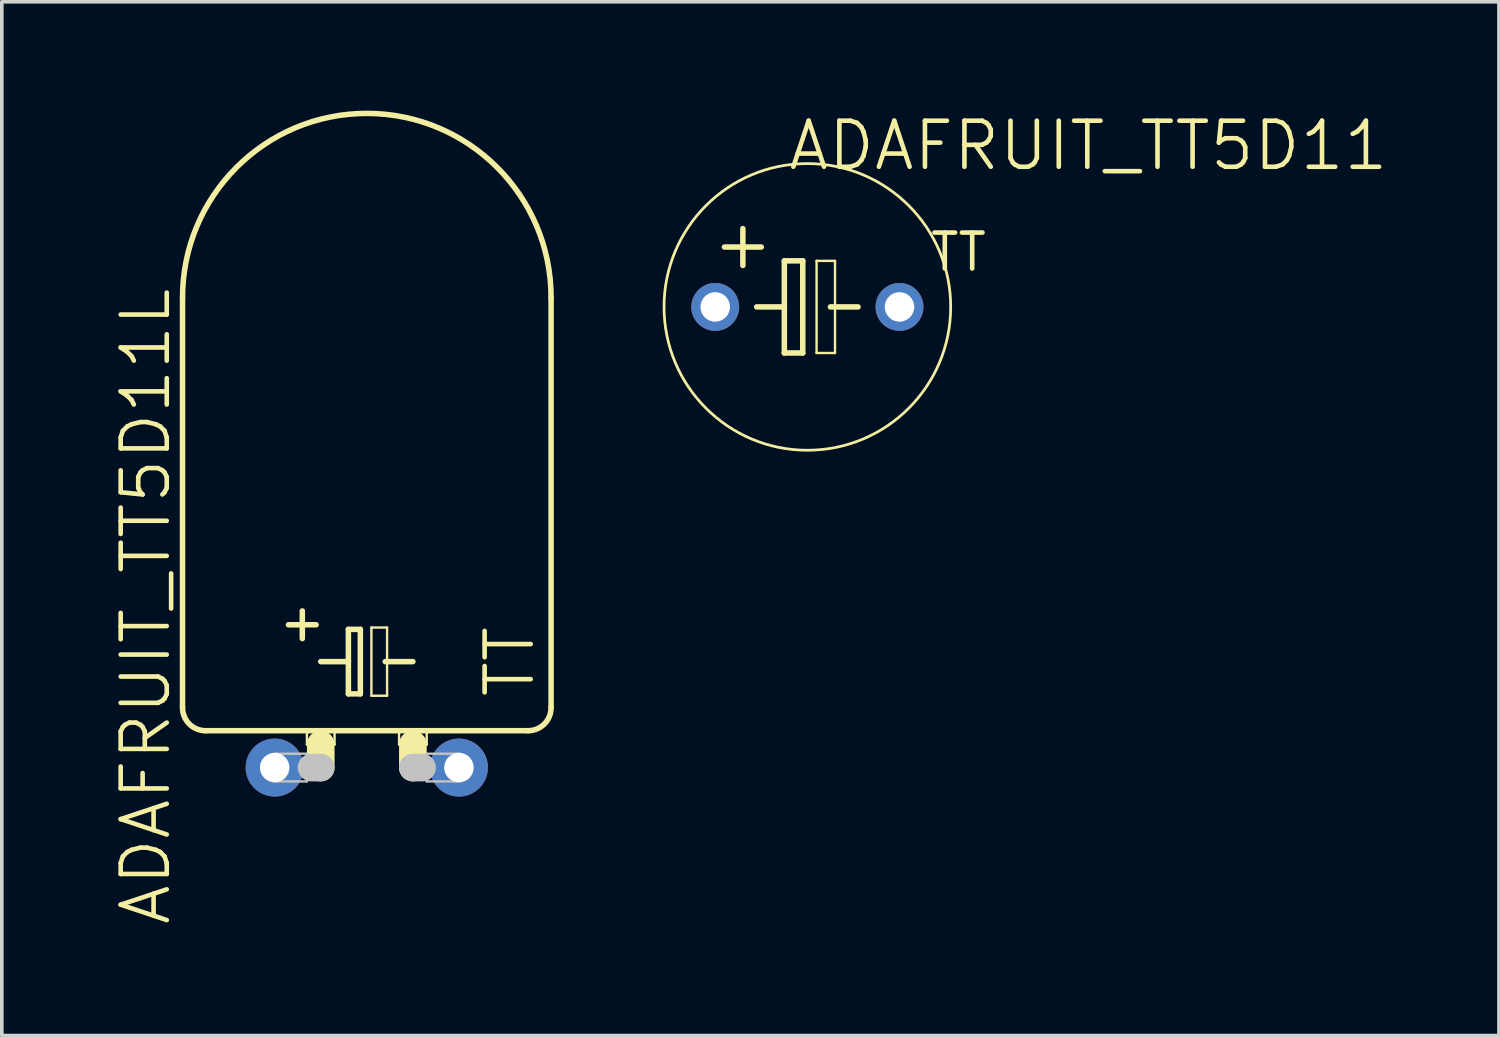
<source format=kicad_pcb>
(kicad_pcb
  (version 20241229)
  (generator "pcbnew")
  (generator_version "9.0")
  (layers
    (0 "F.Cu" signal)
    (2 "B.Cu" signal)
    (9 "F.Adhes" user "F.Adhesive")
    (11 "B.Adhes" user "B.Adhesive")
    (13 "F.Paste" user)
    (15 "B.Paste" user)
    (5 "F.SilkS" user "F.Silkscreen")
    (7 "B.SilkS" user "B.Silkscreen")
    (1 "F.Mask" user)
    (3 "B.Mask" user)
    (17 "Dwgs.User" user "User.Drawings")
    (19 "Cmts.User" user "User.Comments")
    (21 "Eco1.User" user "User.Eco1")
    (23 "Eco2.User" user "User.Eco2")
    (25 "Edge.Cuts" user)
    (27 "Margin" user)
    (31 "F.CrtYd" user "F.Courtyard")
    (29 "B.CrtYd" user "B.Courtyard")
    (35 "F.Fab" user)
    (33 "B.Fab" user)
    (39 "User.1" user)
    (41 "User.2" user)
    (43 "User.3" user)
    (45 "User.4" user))
  (footprint "ADAFRUIT_TT5D11L"
    (layer "F.Cu")
    (at 7.062 18.11)
    (property "Reference" "ADAFRUIT_TT5D11L" (at -6.096 -4.445 90) (layer "F.SilkS") (effects (font (size 1.27 1.27) (thickness 0.127))))
    (attr exclude_from_pos_files exclude_from_bom)
    (fp_line (start -5.08 -12.954) (end -5.08 -1.651) (stroke (width 0.152) (type solid)) (layer "F.SilkS"))
    (fp_line (start -4.445 -1.016) (end 4.445 -1.016) (stroke (width 0.152) (type solid)) (layer "F.SilkS"))
    (fp_line (start -2.159 -3.937) (end -1.397 -3.937) (stroke (width 0.152) (type solid)) (layer "F.SilkS"))
    (fp_line (start -1.778 -4.318) (end -1.778 -3.556) (stroke (width 0.152) (type solid)) (layer "F.SilkS"))
    (fp_line (start -1.651 -1.016) (end -0.889 -1.016) (stroke (width 0.066) (type solid)) (layer "F.SilkS"))
    (fp_line (start -1.651 -0.635) (end -1.651 -1.016) (stroke (width 0.066) (type solid)) (layer "F.SilkS"))
    (fp_line (start -1.651 -0.635) (end -0.889 -0.635) (stroke (width 0.066) (type solid)) (layer "F.SilkS"))
    (fp_line (start -1.27 -2.921) (end -0.508 -2.921) (stroke (width 0.152) (type solid)) (layer "F.SilkS"))
    (fp_line (start -1.27 -0.635) (end -1.27 0) (stroke (width 0.762) (type solid)) (layer "F.SilkS"))
    (fp_line (start -0.889 -0.635) (end -0.889 -1.016) (stroke (width 0.066) (type solid)) (layer "F.SilkS"))
    (fp_line (start -0.508 -3.81) (end -0.508 -2.921) (stroke (width 0.152) (type solid)) (layer "F.SilkS"))
    (fp_line (start -0.508 -2.921) (end -0.508 -2.032) (stroke (width 0.152) (type solid)) (layer "F.SilkS"))
    (fp_line (start -0.508 -2.032) (end -0.178 -2.032) (stroke (width 0.152) (type solid)) (layer "F.SilkS"))
    (fp_line (start -0.178 -3.81) (end -0.508 -3.81) (stroke (width 0.152) (type solid)) (layer "F.SilkS"))
    (fp_line (start -0.178 -2.032) (end -0.178 -3.81) (stroke (width 0.152) (type solid)) (layer "F.SilkS"))
    (fp_line (start 0.127 -3.861) (end 0.559 -3.861) (stroke (width 0.066) (type solid)) (layer "F.SilkS"))
    (fp_line (start 0.127 -1.981) (end 0.127 -3.861) (stroke (width 0.066) (type solid)) (layer "F.SilkS"))
    (fp_line (start 0.127 -1.981) (end 0.559 -1.981) (stroke (width 0.066) (type solid)) (layer "F.SilkS"))
    (fp_line (start 0.508 -2.921) (end 1.27 -2.921) (stroke (width 0.152) (type solid)) (layer "F.SilkS"))
    (fp_line (start 0.559 -1.981) (end 0.559 -3.861) (stroke (width 0.066) (type solid)) (layer "F.SilkS"))
    (fp_line (start 0.889 -1.016) (end 1.651 -1.016) (stroke (width 0.066) (type solid)) (layer "F.SilkS"))
    (fp_line (start 0.889 -0.635) (end 0.889 -1.016) (stroke (width 0.066) (type solid)) (layer "F.SilkS"))
    (fp_line (start 0.889 -0.635) (end 1.651 -0.635) (stroke (width 0.066) (type solid)) (layer "F.SilkS"))
    (fp_line (start 1.27 -0.635) (end 1.27 0) (stroke (width 0.762) (type solid)) (layer "F.SilkS"))
    (fp_line (start 1.651 -0.635) (end 1.651 -1.016) (stroke (width 0.066) (type solid)) (layer "F.SilkS"))
    (fp_line (start 5.08 -12.954) (end 5.08 -1.651) (stroke (width 0.152) (type solid)) (layer "F.SilkS"))
    (fp_arc (start -5.08 -12.954) (mid 0 -18.034) (end 5.08 -12.954) (stroke (width 0.1524) (type solid)) (layer "F.SilkS"))
    (fp_arc (start -4.445 -1.016) (mid -4.894013 -1.201987) (end -5.08 -1.651) (stroke (width 0.1524) (type solid)) (layer "F.SilkS"))
    (fp_arc (start 5.08 -1.651) (mid 4.894013 -1.201987) (end 4.445 -1.016) (stroke (width 0.1524) (type solid)) (layer "F.SilkS"))
    (fp_line (start -2.54 -0.381) (end -1.651 -0.381) (stroke (width 0.066) (type solid)) (layer "Dwgs.User"))
    (fp_line (start -2.54 0.381) (end -2.54 -0.381) (stroke (width 0.066) (type solid)) (layer "Dwgs.User"))
    (fp_line (start -2.54 0.381) (end -1.651 0.381) (stroke (width 0.066) (type solid)) (layer "Dwgs.User"))
    (fp_line (start -1.651 0.381) (end -1.651 -0.381) (stroke (width 0.066) (type solid)) (layer "Dwgs.User"))
    (fp_line (start -1.524 0) (end -1.27 0) (stroke (width 0.762) (type solid)) (layer "Dwgs.User"))
    (fp_line (start 1.524 0) (end 1.27 0) (stroke (width 0.762) (type solid)) (layer "Dwgs.User"))
    (fp_line (start 1.651 -0.381) (end 2.54 -0.381) (stroke (width 0.066) (type solid)) (layer "Dwgs.User"))
    (fp_line (start 1.651 0.381) (end 1.651 -0.381) (stroke (width 0.066) (type solid)) (layer "Dwgs.User"))
    (fp_line (start 1.651 0.381) (end 2.54 0.381) (stroke (width 0.066) (type solid)) (layer "Dwgs.User"))
    (fp_line (start 2.54 0.381) (end 2.54 -0.381) (stroke (width 0.066) (type solid)) (layer "Dwgs.User"))
    (fp_text user "TT" (at 3.937 -2.921 90) (layer "F.SilkS") (effects (font (size 1.27 1.27) (thickness 0.127))))
    (pad "+" thru_hole circle (at -2.54 0) (size 1.6 1.6) (drill 0.813) (layers "*.Cu" "*.Paste" "*.Mask"))
    (pad "-" thru_hole circle (at 2.54 0) (size 1.6 1.6) (drill 0.813) (layers "*.Cu" "*.Paste" "*.Mask")))
  (footprint "ADAFRUIT_TT5D11"
    (layer "F.Cu")
    (at 19.207 5.411)
    (property "Reference" "ADAFRUIT_TT5D11" (at 7.747 -4.445 0) (layer "F.SilkS") (effects (font (size 1.27 1.27) (thickness 0.127))))
    (attr exclude_from_pos_files exclude_from_bom)
    (fp_line (start -1.778 -2.159) (end -1.778 -1.143) (stroke (width 0.152) (type solid)) (layer "F.SilkS"))
    (fp_line (start -1.397 0) (end -0.635 0) (stroke (width 0.152) (type solid)) (layer "F.SilkS"))
    (fp_line (start -1.27 -1.651) (end -2.286 -1.651) (stroke (width 0.152) (type solid)) (layer "F.SilkS"))
    (fp_line (start -0.635 -1.27) (end -0.635 0) (stroke (width 0.152) (type solid)) (layer "F.SilkS"))
    (fp_line (start -0.635 0) (end -0.635 1.27) (stroke (width 0.152) (type solid)) (layer "F.SilkS"))
    (fp_line (start -0.635 1.27) (end -0.127 1.27) (stroke (width 0.152) (type solid)) (layer "F.SilkS"))
    (fp_line (start -0.127 -1.27) (end -0.635 -1.27) (stroke (width 0.152) (type solid)) (layer "F.SilkS"))
    (fp_line (start -0.127 1.27) (end -0.127 -1.27) (stroke (width 0.152) (type solid)) (layer "F.SilkS"))
    (fp_line (start 0.254 -1.27) (end 0.762 -1.27) (stroke (width 0.066) (type solid)) (layer "F.SilkS"))
    (fp_line (start 0.254 1.27) (end 0.254 -1.27) (stroke (width 0.066) (type solid)) (layer "F.SilkS"))
    (fp_line (start 0.254 1.27) (end 0.762 1.27) (stroke (width 0.066) (type solid)) (layer "F.SilkS"))
    (fp_line (start 0.635 0) (end 1.397 0) (stroke (width 0.152) (type solid)) (layer "F.SilkS"))
    (fp_line (start 0.762 1.27) (end 0.762 -1.27) (stroke (width 0.066) (type solid)) (layer "F.SilkS"))
    (fp_circle (center 0 0) (end -2.794 2.794) (stroke (width 0.076) (type solid)) (fill no) (layer "F.SilkS"))
    (fp_text user "TT" (at 4.166 -1.511 0) (layer "F.SilkS") (effects (font (size 0.991 0.991) (thickness 0.127))))
    (pad "+" thru_hole circle (at -2.54 0) (size 1.321 1.321) (drill 0.813) (layers "*.Cu" "*.Paste" "*.Mask"))
    (pad "-" thru_hole circle (at 2.54 0) (size 1.321 1.321) (drill 0.813) (layers "*.Cu" "*.Paste" "*.Mask")))
  (gr_rect
    (start -3 -3)
    (end 38.273 25.498)
    (stroke (width 0.1) (type default))
    (fill no)
    (layer "Edge.Cuts")))
</source>
